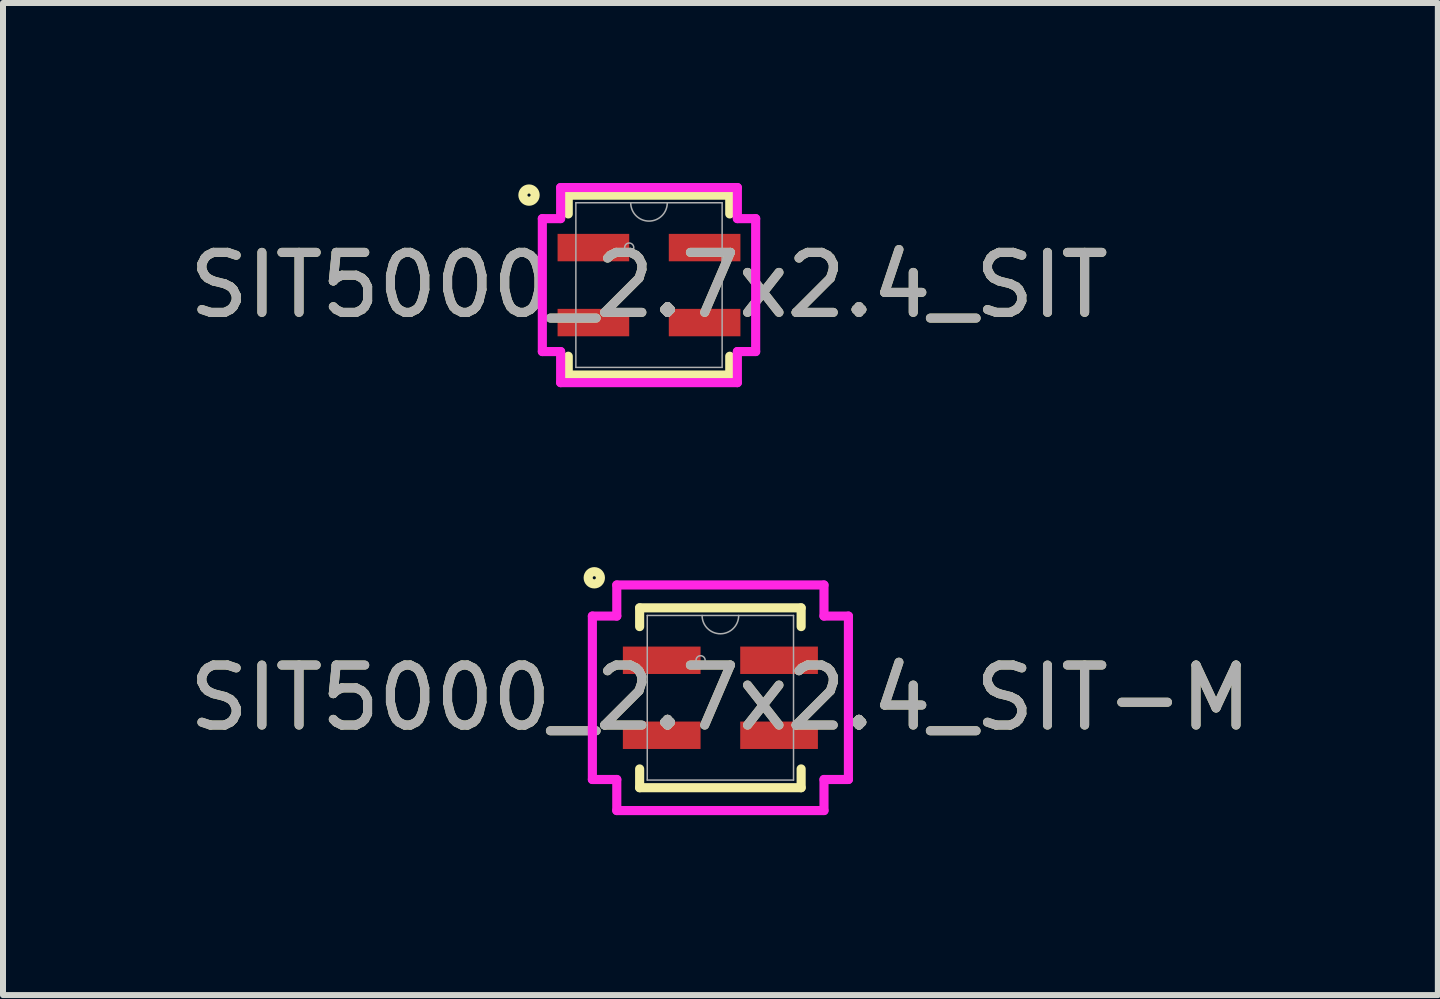
<source format=kicad_pcb>
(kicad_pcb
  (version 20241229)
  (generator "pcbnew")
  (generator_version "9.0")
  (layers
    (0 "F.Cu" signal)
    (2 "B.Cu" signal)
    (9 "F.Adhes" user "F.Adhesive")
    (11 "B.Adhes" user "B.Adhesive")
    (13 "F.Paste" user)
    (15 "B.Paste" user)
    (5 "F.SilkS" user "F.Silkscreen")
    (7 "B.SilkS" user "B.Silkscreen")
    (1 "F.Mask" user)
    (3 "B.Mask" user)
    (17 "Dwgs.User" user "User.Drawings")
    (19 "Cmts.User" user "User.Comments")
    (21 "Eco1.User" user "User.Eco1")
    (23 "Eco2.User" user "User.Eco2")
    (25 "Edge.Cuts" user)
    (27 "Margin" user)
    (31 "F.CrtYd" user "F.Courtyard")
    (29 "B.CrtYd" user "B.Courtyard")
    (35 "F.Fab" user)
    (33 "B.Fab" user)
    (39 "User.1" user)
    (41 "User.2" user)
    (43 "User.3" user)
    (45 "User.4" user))
  (footprint "SIT5000_2.7x2.4_SIT-M"
    (layer "F.Cu")
    (at 8.958 8.581)
    (property "Reference" "SIT5000_2.7x2.4_SIT-M" (at 0 0 0) (unlocked yes) (layer "F.SilkS") (effects (font (size 1 1) (thickness 0.15))))
    (attr smd)
    (fp_line (start -1.346 -1.499) (end -1.346 -1.186) (stroke (width 0.152) (type solid)) (layer "F.SilkS"))
    (fp_line (start -1.346 1.186) (end -1.346 1.499) (stroke (width 0.152) (type solid)) (layer "F.SilkS"))
    (fp_line (start -1.346 1.499) (end 1.346 1.499) (stroke (width 0.152) (type solid)) (layer "F.SilkS"))
    (fp_line (start 1.346 -1.499) (end -1.346 -1.499) (stroke (width 0.152) (type solid)) (layer "F.SilkS"))
    (fp_line (start 1.346 -1.186) (end 1.346 -1.499) (stroke (width 0.152) (type solid)) (layer "F.SilkS"))
    (fp_line (start 1.346 1.499) (end 1.346 1.186) (stroke (width 0.152) (type solid)) (layer "F.SilkS"))
    (fp_circle (center -2.102 -2) (end -2 -2) (stroke (width 0.152) (type solid)) (fill no) (layer "F.SilkS"))
    (fp_line (start -2.134 -1.362) (end -1.727 -1.362) (stroke (width 0.152) (type solid)) (layer "F.CrtYd"))
    (fp_line (start -2.134 1.362) (end -2.134 -1.362) (stroke (width 0.152) (type solid)) (layer "F.CrtYd"))
    (fp_line (start -2.134 1.362) (end -1.727 1.362) (stroke (width 0.152) (type solid)) (layer "F.CrtYd"))
    (fp_line (start -1.727 -1.88) (end 1.727 -1.88) (stroke (width 0.152) (type solid)) (layer "F.CrtYd"))
    (fp_line (start -1.727 -1.362) (end -1.727 -1.88) (stroke (width 0.152) (type solid)) (layer "F.CrtYd"))
    (fp_line (start -1.727 1.88) (end -1.727 1.362) (stroke (width 0.152) (type solid)) (layer "F.CrtYd"))
    (fp_line (start 1.727 -1.88) (end 1.727 -1.362) (stroke (width 0.152) (type solid)) (layer "F.CrtYd"))
    (fp_line (start 1.727 1.362) (end 1.727 1.88) (stroke (width 0.152) (type solid)) (layer "F.CrtYd"))
    (fp_line (start 1.727 1.88) (end -1.727 1.88) (stroke (width 0.152) (type solid)) (layer "F.CrtYd"))
    (fp_line (start 2.134 -1.362) (end 1.727 -1.362) (stroke (width 0.152) (type solid)) (layer "F.CrtYd"))
    (fp_line (start 2.134 -1.362) (end 2.134 1.362) (stroke (width 0.152) (type solid)) (layer "F.CrtYd"))
    (fp_line (start 2.134 1.362) (end 1.727 1.362) (stroke (width 0.152) (type solid)) (layer "F.CrtYd"))
    (fp_line (start -1.219 -1.372) (end -1.219 1.372) (stroke (width 0.025) (type solid)) (layer "F.Fab"))
    (fp_line (start -1.219 1.372) (end 1.219 1.372) (stroke (width 0.025) (type solid)) (layer "F.Fab"))
    (fp_line (start 1.219 -1.372) (end -1.219 -1.372) (stroke (width 0.025) (type solid)) (layer "F.Fab"))
    (fp_line (start 1.219 1.372) (end 1.219 -1.372) (stroke (width 0.025) (type solid)) (layer "F.Fab"))
    (fp_arc (start 0.3048 -1.3716) (mid 0 -1.0668) (end -0.3048 -1.3716) (stroke (width 0.0254) (type solid)) (layer "F.Fab"))
    (fp_circle (center -0.33 -0.625) (end -0.254 -0.625) (stroke (width 0.025) (type solid)) (fill no) (layer "F.Fab"))
    (fp_text user "${REFERENCE}" (at 0 0 0) (unlocked yes) (layer "F.Fab") (effects (font (size 1 1) (thickness 0.15))))
    (pad "1" smd rect (at -0.978 -0.625) (size 1.295 0.457) (layers "F.Cu" "F.Mask" "F.Paste"))
    (pad "2" smd rect (at -0.978 0.625) (size 1.295 0.457) (layers "F.Cu" "F.Mask" "F.Paste"))
    (pad "3" smd rect (at 0.978 0.625) (size 1.295 0.457) (layers "F.Cu" "F.Mask" "F.Paste"))
    (pad "4" smd rect (at 0.978 -0.625) (size 1.295 0.457) (layers "F.Cu" "F.Mask" "F.Paste")))
  (footprint "SIT5000_2.7x2.4_SIT"
    (layer "F.Cu")
    (at 7.768 1.702)
    (property "Reference" "SIT5000_2.7x2.4_SIT" (at 0 0 0) (unlocked yes) (layer "F.SilkS") (effects (font (size 1 1) (thickness 0.15))))
    (attr smd)
    (fp_line (start -1.346 -1.499) (end -1.346 -1.186) (stroke (width 0.152) (type solid)) (layer "F.SilkS"))
    (fp_line (start -1.346 1.186) (end -1.346 1.499) (stroke (width 0.152) (type solid)) (layer "F.SilkS"))
    (fp_line (start -1.346 1.499) (end 1.346 1.499) (stroke (width 0.152) (type solid)) (layer "F.SilkS"))
    (fp_line (start 1.346 -1.499) (end -1.346 -1.499) (stroke (width 0.152) (type solid)) (layer "F.SilkS"))
    (fp_line (start 1.346 -1.186) (end 1.346 -1.499) (stroke (width 0.152) (type solid)) (layer "F.SilkS"))
    (fp_line (start 1.346 1.499) (end 1.346 1.186) (stroke (width 0.152) (type solid)) (layer "F.SilkS"))
    (fp_circle (center -2 -1.5) (end -1.898 -1.5) (stroke (width 0.152) (type solid)) (fill no) (layer "F.SilkS"))
    (fp_line (start -1.778 -1.108) (end -1.473 -1.108) (stroke (width 0.152) (type solid)) (layer "F.CrtYd"))
    (fp_line (start -1.778 1.108) (end -1.778 -1.108) (stroke (width 0.152) (type solid)) (layer "F.CrtYd"))
    (fp_line (start -1.778 1.108) (end -1.473 1.108) (stroke (width 0.152) (type solid)) (layer "F.CrtYd"))
    (fp_line (start -1.473 -1.626) (end 1.473 -1.626) (stroke (width 0.152) (type solid)) (layer "F.CrtYd"))
    (fp_line (start -1.473 -1.108) (end -1.473 -1.626) (stroke (width 0.152) (type solid)) (layer "F.CrtYd"))
    (fp_line (start -1.473 1.626) (end -1.473 1.108) (stroke (width 0.152) (type solid)) (layer "F.CrtYd"))
    (fp_line (start 1.473 -1.626) (end 1.473 -1.108) (stroke (width 0.152) (type solid)) (layer "F.CrtYd"))
    (fp_line (start 1.473 1.108) (end 1.473 1.626) (stroke (width 0.152) (type solid)) (layer "F.CrtYd"))
    (fp_line (start 1.473 1.626) (end -1.473 1.626) (stroke (width 0.152) (type solid)) (layer "F.CrtYd"))
    (fp_line (start 1.778 -1.108) (end 1.473 -1.108) (stroke (width 0.152) (type solid)) (layer "F.CrtYd"))
    (fp_line (start 1.778 -1.108) (end 1.778 1.108) (stroke (width 0.152) (type solid)) (layer "F.CrtYd"))
    (fp_line (start 1.778 1.108) (end 1.473 1.108) (stroke (width 0.152) (type solid)) (layer "F.CrtYd"))
    (fp_line (start -1.219 -1.372) (end -1.219 1.372) (stroke (width 0.025) (type solid)) (layer "F.Fab"))
    (fp_line (start -1.219 1.372) (end 1.219 1.372) (stroke (width 0.025) (type solid)) (layer "F.Fab"))
    (fp_line (start 1.219 -1.372) (end -1.219 -1.372) (stroke (width 0.025) (type solid)) (layer "F.Fab"))
    (fp_line (start 1.219 1.372) (end 1.219 -1.372) (stroke (width 0.025) (type solid)) (layer "F.Fab"))
    (fp_arc (start 0.3048 -1.3716) (mid 0 -1.0668) (end -0.3048 -1.3716) (stroke (width 0.0254) (type solid)) (layer "F.Fab"))
    (fp_circle (center -0.33 -0.625) (end -0.254 -0.625) (stroke (width 0.025) (type solid)) (fill no) (layer "F.Fab"))
    (fp_text user "${REFERENCE}" (at 0 0 0) (unlocked yes) (layer "F.Fab") (effects (font (size 1 1) (thickness 0.15))))
    (pad "1" smd rect (at -0.927 -0.625) (size 1.194 0.457) (layers "F.Cu" "F.Mask" "F.Paste"))
    (pad "2" smd rect (at -0.927 0.625) (size 1.194 0.457) (layers "F.Cu" "F.Mask" "F.Paste"))
    (pad "3" smd rect (at 0.927 0.625) (size 1.194 0.457) (layers "F.Cu" "F.Mask" "F.Paste"))
    (pad "4" smd rect (at 0.927 -0.625) (size 1.194 0.457) (layers "F.Cu" "F.Mask" "F.Paste")))
  (gr_rect
    (start -3 -3)
    (end 20.917 13.537)
    (stroke (width 0.1) (type default))
    (fill no)
    (layer "Edge.Cuts")))
</source>
